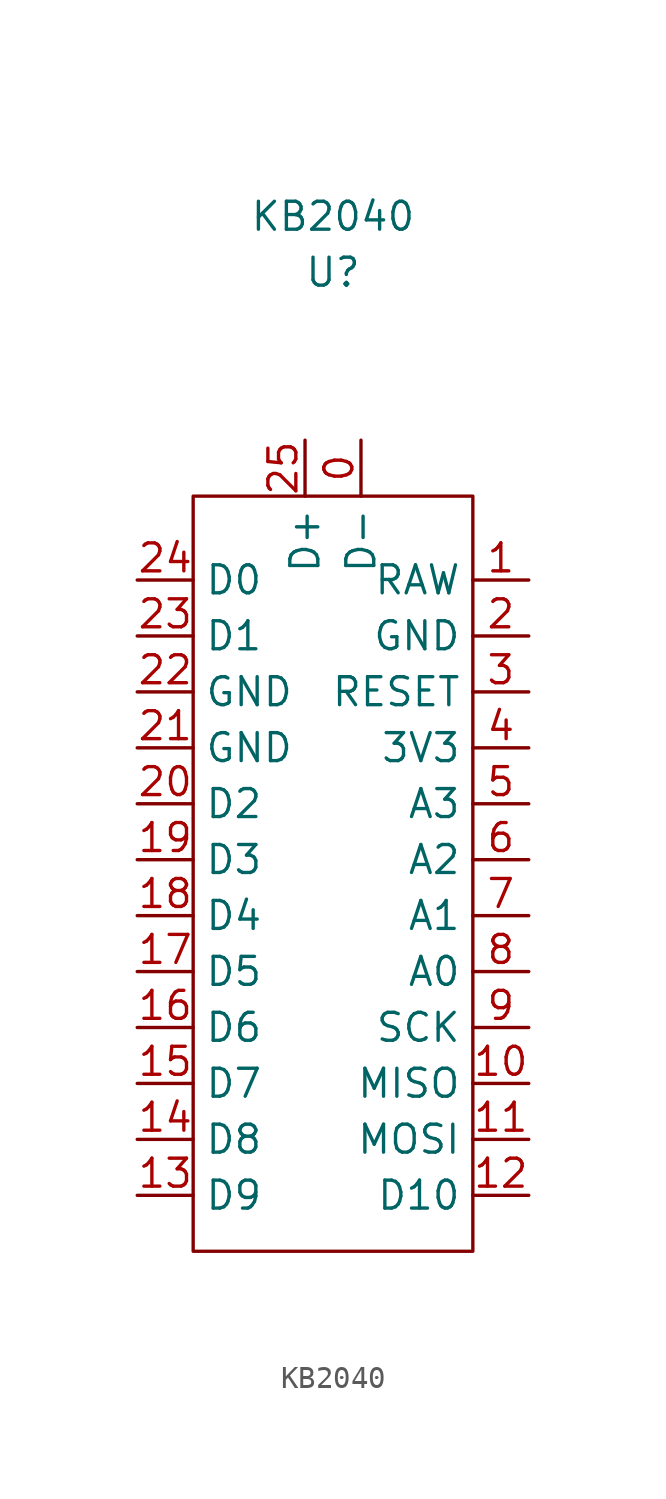
<source format=kicad_sym>
(kicad_symbol_lib
  (version 20211014)
  (generator kicad_symbol_editor)
  (symbol "KB2040"
    (property "Reference" "U"
      (at 0 5.08 0)
      (effects (font (size 1.27 1.27))))
    (property "Value" "KB2040"
      (at 0 7.62 0)
      (effects (font (size 1.27 1.27))))
    (symbol "KB2040_0_1"
      (rectangle (start -6.35 -5.08) (end 6.35 -39.37) (stroke (width 0.152) (type default) (color 0 0 0 0)) (fill (type none))))
    (symbol "KB2040_1_1"
      (pin input line (at 1.27 -2.54 270) (length 2.54) (name "D-" (effects (font (size 1.27 1.27)))) (number "0" (effects (font (size 1.27 1.27)))))
      (pin input line (at 8.89 -8.89 180) (length 2.54) (name "RAW" (effects (font (size 1.27 1.27)))) (number "1" (effects (font (size 1.27 1.27)))))
      (pin input line (at 8.89 -31.75 180) (length 2.54) (name "MISO" (effects (font (size 1.27 1.27)))) (number "10" (effects (font (size 1.27 1.27)))))
      (pin input line (at 8.89 -34.29 180) (length 2.54) (name "MOSI" (effects (font (size 1.27 1.27)))) (number "11" (effects (font (size 1.27 1.27)))))
      (pin input line (at 8.89 -36.83 180) (length 2.54) (name "D10" (effects (font (size 1.27 1.27)))) (number "12" (effects (font (size 1.27 1.27)))))
      (pin input line (at -8.89 -36.83 0) (length 2.54) (name "D9" (effects (font (size 1.27 1.27)))) (number "13" (effects (font (size 1.27 1.27)))))
      (pin input line (at -8.89 -34.29 0) (length 2.54) (name "D8" (effects (font (size 1.27 1.27)))) (number "14" (effects (font (size 1.27 1.27)))))
      (pin input line (at -8.89 -31.75 0) (length 2.54) (name "D7" (effects (font (size 1.27 1.27)))) (number "15" (effects (font (size 1.27 1.27)))))
      (pin input line (at -8.89 -29.21 0) (length 2.54) (name "D6" (effects (font (size 1.27 1.27)))) (number "16" (effects (font (size 1.27 1.27)))))
      (pin input line (at -8.89 -26.67 0) (length 2.54) (name "D5" (effects (font (size 1.27 1.27)))) (number "17" (effects (font (size 1.27 1.27)))))
      (pin input line (at -8.89 -24.13 0) (length 2.54) (name "D4" (effects (font (size 1.27 1.27)))) (number "18" (effects (font (size 1.27 1.27)))))
      (pin input line (at -8.89 -21.59 0) (length 2.54) (name "D3" (effects (font (size 1.27 1.27)))) (number "19" (effects (font (size 1.27 1.27)))))
      (pin power_in line (at 8.89 -11.43 180) (length 2.54) (name "GND" (effects (font (size 1.27 1.27)))) (number "2" (effects (font (size 1.27 1.27)))))
      (pin input line (at -8.89 -19.05 0) (length 2.54) (name "D2" (effects (font (size 1.27 1.27)))) (number "20" (effects (font (size 1.27 1.27)))))
      (pin power_in line (at -8.89 -16.51 0) (length 2.54) (name "GND" (effects (font (size 1.27 1.27)))) (number "21" (effects (font (size 1.27 1.27)))))
      (pin power_in line (at -8.89 -13.97 0) (length 2.54) (name "GND" (effects (font (size 1.27 1.27)))) (number "22" (effects (font (size 1.27 1.27)))))
      (pin input line (at -8.89 -11.43 0) (length 2.54) (name "D1" (effects (font (size 1.27 1.27)))) (number "23" (effects (font (size 1.27 1.27)))))
      (pin input line (at -8.89 -8.89 0) (length 2.54) (name "D0" (effects (font (size 1.27 1.27)))) (number "24" (effects (font (size 1.27 1.27)))))
      (pin input line (at -1.27 -2.54 270) (length 2.54) (name "D+" (effects (font (size 1.27 1.27)))) (number "25" (effects (font (size 1.27 1.27)))))
      (pin input line (at 8.89 -13.97 180) (length 2.54) (name "RESET" (effects (font (size 1.27 1.27)))) (number "3" (effects (font (size 1.27 1.27)))))
      (pin input line (at 8.89 -16.51 180) (length 2.54) (name "3V3" (effects (font (size 1.27 1.27)))) (number "4" (effects (font (size 1.27 1.27)))))
      (pin input line (at 8.89 -19.05 180) (length 2.54) (name "A3" (effects (font (size 1.27 1.27)))) (number "5" (effects (font (size 1.27 1.27)))))
      (pin input line (at 8.89 -21.59 180) (length 2.54) (name "A2" (effects (font (size 1.27 1.27)))) (number "6" (effects (font (size 1.27 1.27)))))
      (pin input line (at 8.89 -24.13 180) (length 2.54) (name "A1" (effects (font (size 1.27 1.27)))) (number "7" (effects (font (size 1.27 1.27)))))
      (pin input line (at 8.89 -26.67 180) (length 2.54) (name "A0" (effects (font (size 1.27 1.27)))) (number "8" (effects (font (size 1.27 1.27)))))
      (pin input line (at 8.89 -29.21 180) (length 2.54) (name "SCK" (effects (font (size 1.27 1.27)))) (number "9" (effects (font (size 1.27 1.27))))))))
</source>
